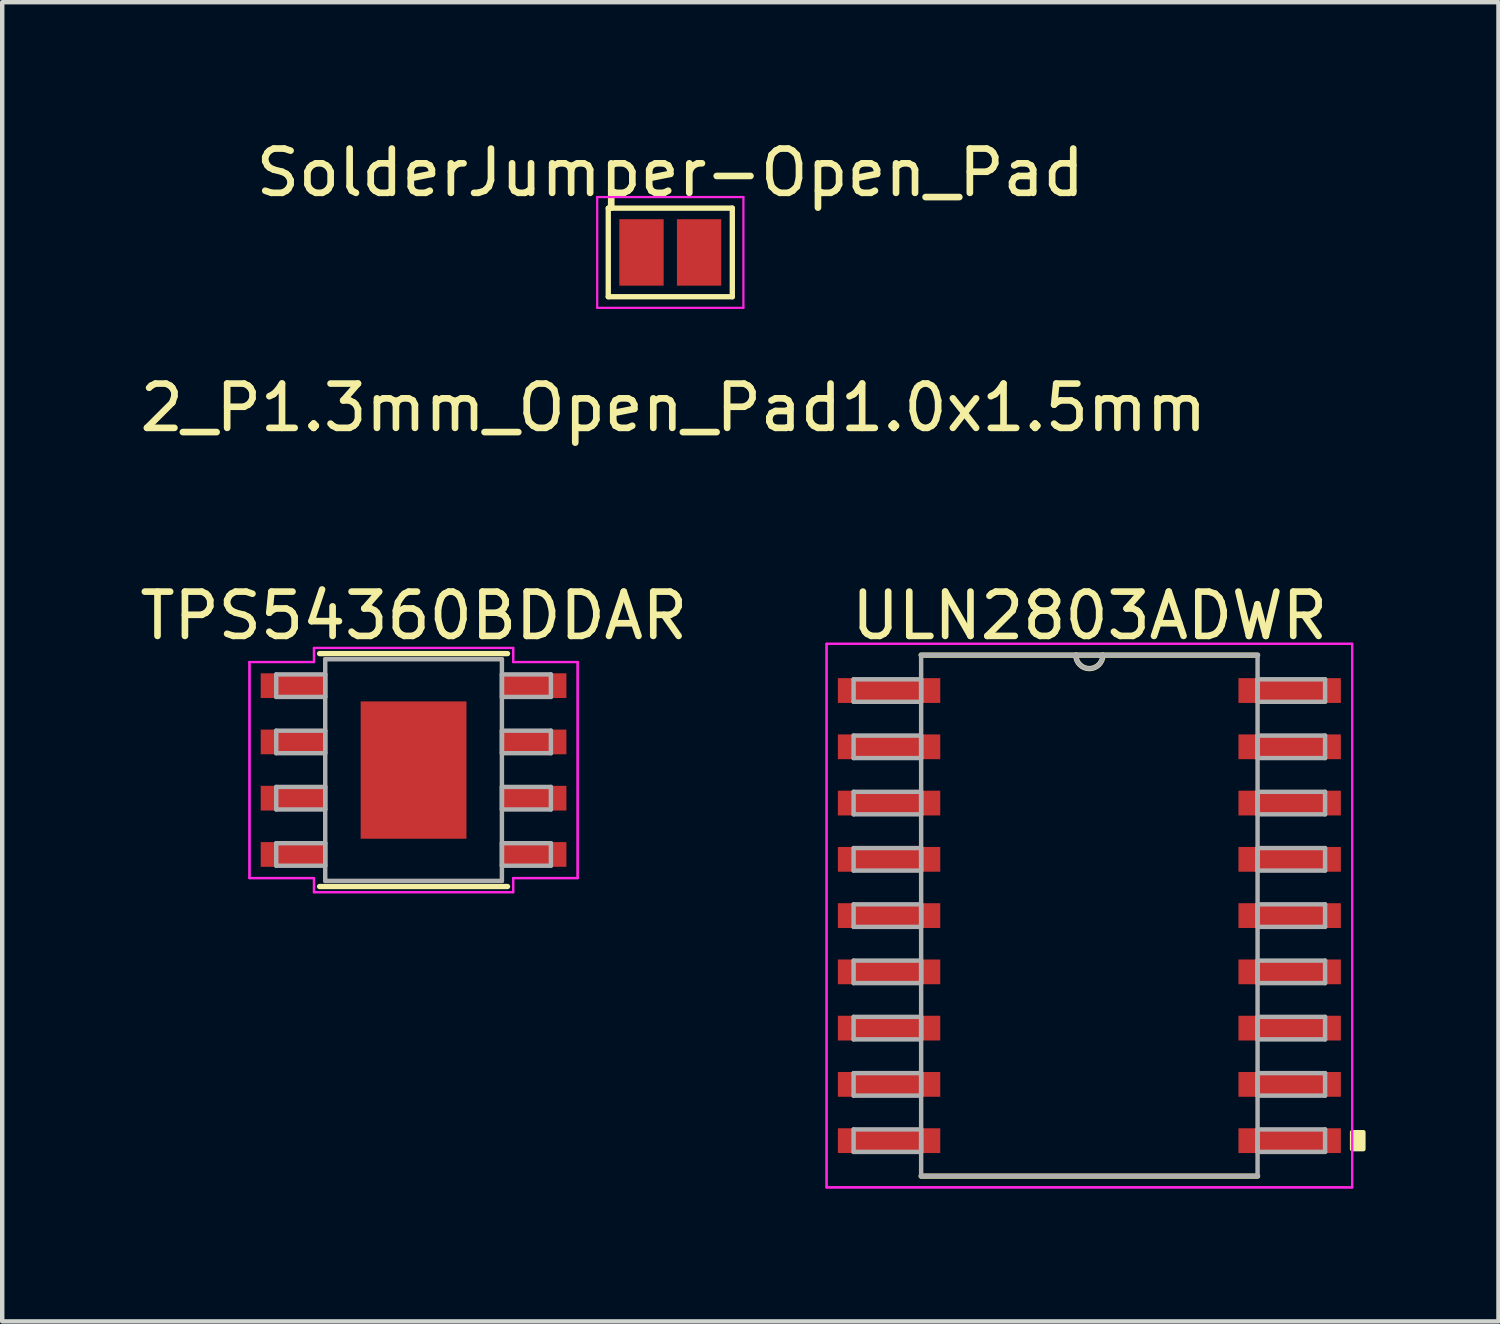
<source format=kicad_pcb>
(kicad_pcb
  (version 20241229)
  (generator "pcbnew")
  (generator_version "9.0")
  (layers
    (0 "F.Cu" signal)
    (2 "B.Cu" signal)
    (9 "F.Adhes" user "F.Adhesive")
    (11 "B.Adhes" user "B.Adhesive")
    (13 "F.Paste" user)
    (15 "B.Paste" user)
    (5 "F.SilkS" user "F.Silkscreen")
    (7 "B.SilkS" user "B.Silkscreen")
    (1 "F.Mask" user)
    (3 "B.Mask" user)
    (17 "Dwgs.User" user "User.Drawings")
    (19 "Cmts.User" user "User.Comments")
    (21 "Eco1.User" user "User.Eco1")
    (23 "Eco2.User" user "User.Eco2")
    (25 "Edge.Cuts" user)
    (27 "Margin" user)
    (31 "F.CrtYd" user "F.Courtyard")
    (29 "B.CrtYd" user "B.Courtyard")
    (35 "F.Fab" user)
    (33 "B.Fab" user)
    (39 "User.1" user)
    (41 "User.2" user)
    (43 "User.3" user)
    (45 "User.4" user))
  (footprint "SolderJumper-Open_Pad"
    (layer "F.Cu")
    (at 12.08 2.648)
    (property "Reference" "SolderJumper-Open_Pad" (at 0 -1.8 0) (layer "F.SilkS") (effects (font (size 1 1) (thickness 0.15))))
    (attr exclude_from_pos_files exclude_from_bom)
    (fp_line (start -1.4 -1) (end 1.4 -1) (stroke (width 0.12) (type solid)) (layer "F.SilkS"))
    (fp_line (start -1.4 1) (end -1.4 -1) (stroke (width 0.12) (type solid)) (layer "F.SilkS"))
    (fp_line (start 1.4 -1) (end 1.4 1) (stroke (width 0.12) (type solid)) (layer "F.SilkS"))
    (fp_line (start 1.4 1) (end -1.4 1) (stroke (width 0.12) (type solid)) (layer "F.SilkS"))
    (fp_line (start -1.65 -1.25) (end -1.65 1.25) (stroke (width 0.05) (type solid)) (layer "F.CrtYd"))
    (fp_line (start -1.65 -1.25) (end 1.65 -1.25) (stroke (width 0.05) (type solid)) (layer "F.CrtYd"))
    (fp_line (start 1.65 1.25) (end -1.65 1.25) (stroke (width 0.05) (type solid)) (layer "F.CrtYd"))
    (fp_line (start 1.65 1.25) (end 1.65 -1.25) (stroke (width 0.05) (type solid)) (layer "F.CrtYd"))
    (fp_text user "2_P1.3mm_Open_Pad1.0x1.5mm" (at 0.069 3.505 0) (layer "F.SilkS") (effects (font (size 1 1) (thickness 0.15))))
    (pad "1" smd rect (at -0.65 0) (size 1 1.5) (layers "F.Cu" "F.Mask"))
    (pad "2" smd rect (at 0.65 0) (size 1 1.5) (layers "F.Cu" "F.Mask")))
  (footprint "TPS54360BDDAR"
    (layer "F.Cu")
    (at 6.285 14.332)
    (property "Reference" "TPS54360BDDAR" (at 0.006 -3.483 0) (layer "F.SilkS") (effects (font (size 1 1) (thickness 0.15))))
    (attr through_hole)
    (fp_line (start -2.121 2.629) (end 2.121 2.629) (stroke (width 0.12) (type solid)) (layer "F.SilkS"))
    (fp_line (start 2.121 -2.629) (end -2.121 -2.629) (stroke (width 0.12) (type solid)) (layer "F.SilkS"))
    (fp_poly (pts (xy -1.094 -1.449) (xy -1.094 -0.1) (xy 1.094 -0.1) (xy 1.094 -1.449)) (stroke (width 0.1) (type solid)) (fill yes) (layer "F.Paste"))
    (fp_poly (pts (xy -1.094 0.1) (xy -1.094 1.449) (xy 1.094 1.449) (xy 1.094 0.1)) (stroke (width 0.1) (type solid)) (fill yes) (layer "F.Paste"))
    (fp_line (start -3.704 -2.438) (end -2.248 -2.438) (stroke (width 0.05) (type solid)) (layer "F.CrtYd"))
    (fp_line (start -3.704 -2.438) (end -2.248 -2.438) (stroke (width 0.05) (type solid)) (layer "F.CrtYd"))
    (fp_line (start -3.704 2.438) (end -3.704 -2.438) (stroke (width 0.05) (type solid)) (layer "F.CrtYd"))
    (fp_line (start -3.704 2.438) (end -3.704 -2.438) (stroke (width 0.05) (type solid)) (layer "F.CrtYd"))
    (fp_line (start -3.704 2.438) (end -2.248 2.438) (stroke (width 0.05) (type solid)) (layer "F.CrtYd"))
    (fp_line (start -2.248 -2.756) (end 2.248 -2.756) (stroke (width 0.05) (type solid)) (layer "F.CrtYd"))
    (fp_line (start -2.248 -2.756) (end 2.248 -2.756) (stroke (width 0.05) (type solid)) (layer "F.CrtYd"))
    (fp_line (start -2.248 -2.438) (end -2.248 -2.756) (stroke (width 0.05) (type solid)) (layer "F.CrtYd"))
    (fp_line (start -2.248 -2.438) (end -2.248 -2.756) (stroke (width 0.05) (type solid)) (layer "F.CrtYd"))
    (fp_line (start -2.248 2.438) (end -3.704 2.438) (stroke (width 0.05) (type solid)) (layer "F.CrtYd"))
    (fp_line (start -2.248 2.756) (end -2.248 2.438) (stroke (width 0.05) (type solid)) (layer "F.CrtYd"))
    (fp_line (start -2.248 2.756) (end -2.248 2.438) (stroke (width 0.05) (type solid)) (layer "F.CrtYd"))
    (fp_line (start 2.248 -2.756) (end 2.248 -2.438) (stroke (width 0.05) (type solid)) (layer "F.CrtYd"))
    (fp_line (start 2.248 -2.756) (end 2.248 -2.438) (stroke (width 0.05) (type solid)) (layer "F.CrtYd"))
    (fp_line (start 2.248 -2.438) (end 3.704 -2.438) (stroke (width 0.05) (type solid)) (layer "F.CrtYd"))
    (fp_line (start 2.248 2.438) (end 2.248 2.756) (stroke (width 0.05) (type solid)) (layer "F.CrtYd"))
    (fp_line (start 2.248 2.438) (end 2.248 2.756) (stroke (width 0.05) (type solid)) (layer "F.CrtYd"))
    (fp_line (start 2.248 2.756) (end -2.248 2.756) (stroke (width 0.05) (type solid)) (layer "F.CrtYd"))
    (fp_line (start 2.248 2.756) (end -2.248 2.756) (stroke (width 0.05) (type solid)) (layer "F.CrtYd"))
    (fp_line (start 3.704 -2.438) (end 2.248 -2.438) (stroke (width 0.05) (type solid)) (layer "F.CrtYd"))
    (fp_line (start 3.704 -2.438) (end 3.704 2.438) (stroke (width 0.05) (type solid)) (layer "F.CrtYd"))
    (fp_line (start 3.704 -2.438) (end 3.704 2.438) (stroke (width 0.05) (type solid)) (layer "F.CrtYd"))
    (fp_line (start 3.704 2.438) (end 2.248 2.438) (stroke (width 0.05) (type solid)) (layer "F.CrtYd"))
    (fp_line (start 3.704 2.438) (end 2.248 2.438) (stroke (width 0.05) (type solid)) (layer "F.CrtYd"))
    (fp_line (start -3.1 -2.159) (end -3.1 -1.651) (stroke (width 0.1) (type solid)) (layer "F.Fab"))
    (fp_line (start -3.1 -1.651) (end -1.994 -1.651) (stroke (width 0.1) (type solid)) (layer "F.Fab"))
    (fp_line (start -3.1 -0.889) (end -3.1 -0.381) (stroke (width 0.1) (type solid)) (layer "F.Fab"))
    (fp_line (start -3.1 -0.381) (end -1.994 -0.381) (stroke (width 0.1) (type solid)) (layer "F.Fab"))
    (fp_line (start -3.1 0.381) (end -3.1 0.889) (stroke (width 0.1) (type solid)) (layer "F.Fab"))
    (fp_line (start -3.1 0.889) (end -1.994 0.889) (stroke (width 0.1) (type solid)) (layer "F.Fab"))
    (fp_line (start -3.1 1.651) (end -3.1 2.159) (stroke (width 0.1) (type solid)) (layer "F.Fab"))
    (fp_line (start -3.1 2.159) (end -1.994 2.159) (stroke (width 0.1) (type solid)) (layer "F.Fab"))
    (fp_line (start -1.994 -2.502) (end -1.994 2.502) (stroke (width 0.1) (type solid)) (layer "F.Fab"))
    (fp_line (start -1.994 -2.159) (end -3.1 -2.159) (stroke (width 0.1) (type solid)) (layer "F.Fab"))
    (fp_line (start -1.994 -1.651) (end -1.994 -2.159) (stroke (width 0.1) (type solid)) (layer "F.Fab"))
    (fp_line (start -1.994 -0.889) (end -3.1 -0.889) (stroke (width 0.1) (type solid)) (layer "F.Fab"))
    (fp_line (start -1.994 -0.381) (end -1.994 -0.889) (stroke (width 0.1) (type solid)) (layer "F.Fab"))
    (fp_line (start -1.994 0.381) (end -3.1 0.381) (stroke (width 0.1) (type solid)) (layer "F.Fab"))
    (fp_line (start -1.994 0.889) (end -1.994 0.381) (stroke (width 0.1) (type solid)) (layer "F.Fab"))
    (fp_line (start -1.994 1.651) (end -3.1 1.651) (stroke (width 0.1) (type solid)) (layer "F.Fab"))
    (fp_line (start -1.994 2.159) (end -1.994 1.651) (stroke (width 0.1) (type solid)) (layer "F.Fab"))
    (fp_line (start -1.994 2.502) (end 1.994 2.502) (stroke (width 0.1) (type solid)) (layer "F.Fab"))
    (fp_line (start 1.994 -2.502) (end -1.994 -2.502) (stroke (width 0.1) (type solid)) (layer "F.Fab"))
    (fp_line (start 1.994 -2.159) (end 1.994 -1.651) (stroke (width 0.1) (type solid)) (layer "F.Fab"))
    (fp_line (start 1.994 -1.651) (end 3.1 -1.651) (stroke (width 0.1) (type solid)) (layer "F.Fab"))
    (fp_line (start 1.994 -0.889) (end 1.994 -0.381) (stroke (width 0.1) (type solid)) (layer "F.Fab"))
    (fp_line (start 1.994 -0.381) (end 3.1 -0.381) (stroke (width 0.1) (type solid)) (layer "F.Fab"))
    (fp_line (start 1.994 0.381) (end 1.994 0.889) (stroke (width 0.1) (type solid)) (layer "F.Fab"))
    (fp_line (start 1.994 0.889) (end 3.1 0.889) (stroke (width 0.1) (type solid)) (layer "F.Fab"))
    (fp_line (start 1.994 1.651) (end 1.994 2.159) (stroke (width 0.1) (type solid)) (layer "F.Fab"))
    (fp_line (start 1.994 2.159) (end 3.1 2.159) (stroke (width 0.1) (type solid)) (layer "F.Fab"))
    (fp_line (start 1.994 2.502) (end 1.994 -2.502) (stroke (width 0.1) (type solid)) (layer "F.Fab"))
    (fp_line (start 3.1 -2.159) (end 1.994 -2.159) (stroke (width 0.1) (type solid)) (layer "F.Fab"))
    (fp_line (start 3.1 -1.651) (end 3.1 -2.159) (stroke (width 0.1) (type solid)) (layer "F.Fab"))
    (fp_line (start 3.1 -0.889) (end 1.994 -0.889) (stroke (width 0.1) (type solid)) (layer "F.Fab"))
    (fp_line (start 3.1 -0.381) (end 3.1 -0.889) (stroke (width 0.1) (type solid)) (layer "F.Fab"))
    (fp_line (start 3.1 0.381) (end 1.994 0.381) (stroke (width 0.1) (type solid)) (layer "F.Fab"))
    (fp_line (start 3.1 0.889) (end 3.1 0.381) (stroke (width 0.1) (type solid)) (layer "F.Fab"))
    (fp_line (start 3.1 1.651) (end 1.994 1.651) (stroke (width 0.1) (type solid)) (layer "F.Fab"))
    (fp_line (start 3.1 2.159) (end 3.1 1.651) (stroke (width 0.1) (type solid)) (layer "F.Fab"))
    (pad "1" smd rect (at -2.722 -1.905) (size 1.456 0.558) (layers "F.Cu" "F.Mask" "F.Paste"))
    (pad "2" smd rect (at -2.722 -0.635) (size 1.456 0.558) (layers "F.Cu" "F.Mask" "F.Paste"))
    (pad "3" smd rect (at -2.722 0.635) (size 1.456 0.558) (layers "F.Cu" "F.Mask" "F.Paste"))
    (pad "4" smd rect (at -2.722 1.905) (size 1.456 0.558) (layers "F.Cu" "F.Mask" "F.Paste"))
    (pad "5" smd rect (at 2.722 1.905) (size 1.456 0.558) (layers "F.Cu" "F.Mask" "F.Paste"))
    (pad "6" smd rect (at 2.722 0.635) (size 1.456 0.558) (layers "F.Cu" "F.Mask" "F.Paste"))
    (pad "7" smd rect (at 2.722 -0.635) (size 1.456 0.558) (layers "F.Cu" "F.Mask" "F.Paste"))
    (pad "8" smd rect (at 2.722 -1.905) (size 1.456 0.558) (layers "F.Cu" "F.Mask" "F.Paste"))
    (pad "EPAD" smd rect (at 0 0) (size 2.388 3.099) (layers "F.Cu" "F.Mask")))
  (footprint "ULN2803ADWR"
    (layer "F.Cu")
    (at 21.539 17.617)
    (property "Reference" "ULN2803ADWR" (at 0.007 -6.768 0) (layer "F.SilkS") (effects (font (size 1 1) (thickness 0.15))))
    (attr through_hole)
    (fp_line (start -3.797 5.88) (end 3.797 5.88) (stroke (width 0.12) (type solid)) (layer "F.SilkS"))
    (fp_line (start 3.797 -5.88) (end -3.797 -5.88) (stroke (width 0.12) (type solid)) (layer "F.SilkS"))
    (fp_arc (start 0.3048 -5.8801) (mid 0 -5.5753) (end -0.3048 -5.8801) (stroke (width 0.12) (type solid)) (layer "F.SilkS"))
    (fp_poly (pts (xy 6.185 4.889) (xy 6.185 5.271) (xy 5.931 5.271) (xy 5.931 4.889)) (stroke (width 0.1) (type solid)) (fill yes) (layer "F.SilkS"))
    (fp_line (start -5.931 -6.134) (end 5.931 -6.134) (stroke (width 0.05) (type solid)) (layer "F.CrtYd"))
    (fp_line (start -5.931 -6.134) (end 5.931 -6.134) (stroke (width 0.05) (type solid)) (layer "F.CrtYd"))
    (fp_line (start -5.931 6.134) (end -5.931 -6.134) (stroke (width 0.05) (type solid)) (layer "F.CrtYd"))
    (fp_line (start -5.931 6.134) (end -5.931 -6.134) (stroke (width 0.05) (type solid)) (layer "F.CrtYd"))
    (fp_line (start 5.931 -6.134) (end 5.931 6.134) (stroke (width 0.05) (type solid)) (layer "F.CrtYd"))
    (fp_line (start 5.931 -6.134) (end 5.931 6.134) (stroke (width 0.05) (type solid)) (layer "F.CrtYd"))
    (fp_line (start 5.931 6.134) (end -5.931 6.134) (stroke (width 0.05) (type solid)) (layer "F.CrtYd"))
    (fp_line (start 5.931 6.134) (end -5.931 6.134) (stroke (width 0.05) (type solid)) (layer "F.CrtYd"))
    (fp_line (start -5.321 -5.334) (end -5.321 -4.826) (stroke (width 0.1) (type solid)) (layer "F.Fab"))
    (fp_line (start -5.321 -4.826) (end -3.797 -4.826) (stroke (width 0.1) (type solid)) (layer "F.Fab"))
    (fp_line (start -5.321 -4.064) (end -5.321 -3.556) (stroke (width 0.1) (type solid)) (layer "F.Fab"))
    (fp_line (start -5.321 -3.556) (end -3.797 -3.556) (stroke (width 0.1) (type solid)) (layer "F.Fab"))
    (fp_line (start -5.321 -2.794) (end -5.321 -2.286) (stroke (width 0.1) (type solid)) (layer "F.Fab"))
    (fp_line (start -5.321 -2.286) (end -3.797 -2.286) (stroke (width 0.1) (type solid)) (layer "F.Fab"))
    (fp_line (start -5.321 -1.524) (end -5.321 -1.016) (stroke (width 0.1) (type solid)) (layer "F.Fab"))
    (fp_line (start -5.321 -1.016) (end -3.797 -1.016) (stroke (width 0.1) (type solid)) (layer "F.Fab"))
    (fp_line (start -5.321 -0.254) (end -5.321 0.254) (stroke (width 0.1) (type solid)) (layer "F.Fab"))
    (fp_line (start -5.321 0.254) (end -3.797 0.254) (stroke (width 0.1) (type solid)) (layer "F.Fab"))
    (fp_line (start -5.321 1.016) (end -5.321 1.524) (stroke (width 0.1) (type solid)) (layer "F.Fab"))
    (fp_line (start -5.321 1.524) (end -3.797 1.524) (stroke (width 0.1) (type solid)) (layer "F.Fab"))
    (fp_line (start -5.321 2.286) (end -5.321 2.794) (stroke (width 0.1) (type solid)) (layer "F.Fab"))
    (fp_line (start -5.321 2.794) (end -3.797 2.794) (stroke (width 0.1) (type solid)) (layer "F.Fab"))
    (fp_line (start -5.321 3.556) (end -5.321 4.064) (stroke (width 0.1) (type solid)) (layer "F.Fab"))
    (fp_line (start -5.321 4.064) (end -3.797 4.064) (stroke (width 0.1) (type solid)) (layer "F.Fab"))
    (fp_line (start -5.321 4.826) (end -5.321 5.334) (stroke (width 0.1) (type solid)) (layer "F.Fab"))
    (fp_line (start -5.321 5.334) (end -3.797 5.334) (stroke (width 0.1) (type solid)) (layer "F.Fab"))
    (fp_line (start -3.797 -5.88) (end -3.797 5.88) (stroke (width 0.1) (type solid)) (layer "F.Fab"))
    (fp_line (start -3.797 -5.334) (end -5.321 -5.334) (stroke (width 0.1) (type solid)) (layer "F.Fab"))
    (fp_line (start -3.797 -4.826) (end -3.797 -5.334) (stroke (width 0.1) (type solid)) (layer "F.Fab"))
    (fp_line (start -3.797 -4.064) (end -5.321 -4.064) (stroke (width 0.1) (type solid)) (layer "F.Fab"))
    (fp_line (start -3.797 -3.556) (end -3.797 -4.064) (stroke (width 0.1) (type solid)) (layer "F.Fab"))
    (fp_line (start -3.797 -2.794) (end -5.321 -2.794) (stroke (width 0.1) (type solid)) (layer "F.Fab"))
    (fp_line (start -3.797 -2.286) (end -3.797 -2.794) (stroke (width 0.1) (type solid)) (layer "F.Fab"))
    (fp_line (start -3.797 -1.524) (end -5.321 -1.524) (stroke (width 0.1) (type solid)) (layer "F.Fab"))
    (fp_line (start -3.797 -1.016) (end -3.797 -1.524) (stroke (width 0.1) (type solid)) (layer "F.Fab"))
    (fp_line (start -3.797 -0.254) (end -5.321 -0.254) (stroke (width 0.1) (type solid)) (layer "F.Fab"))
    (fp_line (start -3.797 0.254) (end -3.797 -0.254) (stroke (width 0.1) (type solid)) (layer "F.Fab"))
    (fp_line (start -3.797 1.016) (end -5.321 1.016) (stroke (width 0.1) (type solid)) (layer "F.Fab"))
    (fp_line (start -3.797 1.524) (end -3.797 1.016) (stroke (width 0.1) (type solid)) (layer "F.Fab"))
    (fp_line (start -3.797 2.286) (end -5.321 2.286) (stroke (width 0.1) (type solid)) (layer "F.Fab"))
    (fp_line (start -3.797 2.794) (end -3.797 2.286) (stroke (width 0.1) (type solid)) (layer "F.Fab"))
    (fp_line (start -3.797 3.556) (end -5.321 3.556) (stroke (width 0.1) (type solid)) (layer "F.Fab"))
    (fp_line (start -3.797 4.064) (end -3.797 3.556) (stroke (width 0.1) (type solid)) (layer "F.Fab"))
    (fp_line (start -3.797 4.826) (end -5.321 4.826) (stroke (width 0.1) (type solid)) (layer "F.Fab"))
    (fp_line (start -3.797 5.334) (end -3.797 4.826) (stroke (width 0.1) (type solid)) (layer "F.Fab"))
    (fp_line (start -3.797 5.88) (end 3.797 5.88) (stroke (width 0.1) (type solid)) (layer "F.Fab"))
    (fp_line (start 3.797 -5.88) (end -3.797 -5.88) (stroke (width 0.1) (type solid)) (layer "F.Fab"))
    (fp_line (start 3.797 -5.334) (end 3.797 -4.826) (stroke (width 0.1) (type solid)) (layer "F.Fab"))
    (fp_line (start 3.797 -4.826) (end 5.321 -4.826) (stroke (width 0.1) (type solid)) (layer "F.Fab"))
    (fp_line (start 3.797 -4.064) (end 3.797 -3.556) (stroke (width 0.1) (type solid)) (layer "F.Fab"))
    (fp_line (start 3.797 -3.556) (end 5.321 -3.556) (stroke (width 0.1) (type solid)) (layer "F.Fab"))
    (fp_line (start 3.797 -2.794) (end 3.797 -2.286) (stroke (width 0.1) (type solid)) (layer "F.Fab"))
    (fp_line (start 3.797 -2.286) (end 5.321 -2.286) (stroke (width 0.1) (type solid)) (layer "F.Fab"))
    (fp_line (start 3.797 -1.524) (end 3.797 -1.016) (stroke (width 0.1) (type solid)) (layer "F.Fab"))
    (fp_line (start 3.797 -1.016) (end 5.321 -1.016) (stroke (width 0.1) (type solid)) (layer "F.Fab"))
    (fp_line (start 3.797 -0.254) (end 3.797 0.254) (stroke (width 0.1) (type solid)) (layer "F.Fab"))
    (fp_line (start 3.797 0.254) (end 5.321 0.254) (stroke (width 0.1) (type solid)) (layer "F.Fab"))
    (fp_line (start 3.797 1.016) (end 3.797 1.524) (stroke (width 0.1) (type solid)) (layer "F.Fab"))
    (fp_line (start 3.797 1.524) (end 5.321 1.524) (stroke (width 0.1) (type solid)) (layer "F.Fab"))
    (fp_line (start 3.797 2.286) (end 3.797 2.794) (stroke (width 0.1) (type solid)) (layer "F.Fab"))
    (fp_line (start 3.797 2.794) (end 5.321 2.794) (stroke (width 0.1) (type solid)) (layer "F.Fab"))
    (fp_line (start 3.797 3.556) (end 3.797 4.064) (stroke (width 0.1) (type solid)) (layer "F.Fab"))
    (fp_line (start 3.797 4.064) (end 5.321 4.064) (stroke (width 0.1) (type solid)) (layer "F.Fab"))
    (fp_line (start 3.797 4.826) (end 3.797 5.334) (stroke (width 0.1) (type solid)) (layer "F.Fab"))
    (fp_line (start 3.797 5.334) (end 5.321 5.334) (stroke (width 0.1) (type solid)) (layer "F.Fab"))
    (fp_line (start 3.797 5.88) (end 3.797 -5.88) (stroke (width 0.1) (type solid)) (layer "F.Fab"))
    (fp_line (start 5.321 -5.334) (end 3.797 -5.334) (stroke (width 0.1) (type solid)) (layer "F.Fab"))
    (fp_line (start 5.321 -4.826) (end 5.321 -5.334) (stroke (width 0.1) (type solid)) (layer "F.Fab"))
    (fp_line (start 5.321 -4.064) (end 3.797 -4.064) (stroke (width 0.1) (type solid)) (layer "F.Fab"))
    (fp_line (start 5.321 -3.556) (end 5.321 -4.064) (stroke (width 0.1) (type solid)) (layer "F.Fab"))
    (fp_line (start 5.321 -2.794) (end 3.797 -2.794) (stroke (width 0.1) (type solid)) (layer "F.Fab"))
    (fp_line (start 5.321 -2.286) (end 5.321 -2.794) (stroke (width 0.1) (type solid)) (layer "F.Fab"))
    (fp_line (start 5.321 -1.524) (end 3.797 -1.524) (stroke (width 0.1) (type solid)) (layer "F.Fab"))
    (fp_line (start 5.321 -1.016) (end 5.321 -1.524) (stroke (width 0.1) (type solid)) (layer "F.Fab"))
    (fp_line (start 5.321 -0.254) (end 3.797 -0.254) (stroke (width 0.1) (type solid)) (layer "F.Fab"))
    (fp_line (start 5.321 0.254) (end 5.321 -0.254) (stroke (width 0.1) (type solid)) (layer "F.Fab"))
    (fp_line (start 5.321 1.016) (end 3.797 1.016) (stroke (width 0.1) (type solid)) (layer "F.Fab"))
    (fp_line (start 5.321 1.524) (end 5.321 1.016) (stroke (width 0.1) (type solid)) (layer "F.Fab"))
    (fp_line (start 5.321 2.286) (end 3.797 2.286) (stroke (width 0.1) (type solid)) (layer "F.Fab"))
    (fp_line (start 5.321 2.794) (end 5.321 2.286) (stroke (width 0.1) (type solid)) (layer "F.Fab"))
    (fp_line (start 5.321 3.556) (end 3.797 3.556) (stroke (width 0.1) (type solid)) (layer "F.Fab"))
    (fp_line (start 5.321 4.064) (end 5.321 3.556) (stroke (width 0.1) (type solid)) (layer "F.Fab"))
    (fp_line (start 5.321 4.826) (end 3.797 4.826) (stroke (width 0.1) (type solid)) (layer "F.Fab"))
    (fp_line (start 5.321 5.334) (end 5.321 4.826) (stroke (width 0.1) (type solid)) (layer "F.Fab"))
    (fp_arc (start 0.3048 -5.8801) (mid 0 -5.5753) (end -0.3048 -5.8801) (stroke (width 0.1) (type solid)) (layer "F.Fab"))
    (pad "1" smd rect (at -4.521 -5.08) (size 2.311 0.559) (layers "F.Cu" "F.Mask" "F.Paste"))
    (pad "2" smd rect (at -4.521 -3.81) (size 2.311 0.559) (layers "F.Cu" "F.Mask" "F.Paste"))
    (pad "3" smd rect (at -4.521 -2.54) (size 2.311 0.559) (layers "F.Cu" "F.Mask" "F.Paste"))
    (pad "4" smd rect (at -4.521 -1.27) (size 2.311 0.559) (layers "F.Cu" "F.Mask" "F.Paste"))
    (pad "5" smd rect (at -4.521 0) (size 2.311 0.559) (layers "F.Cu" "F.Mask" "F.Paste"))
    (pad "6" smd rect (at -4.521 1.27) (size 2.311 0.559) (layers "F.Cu" "F.Mask" "F.Paste"))
    (pad "7" smd rect (at -4.521 2.54) (size 2.311 0.559) (layers "F.Cu" "F.Mask" "F.Paste"))
    (pad "8" smd rect (at -4.521 3.81) (size 2.311 0.559) (layers "F.Cu" "F.Mask" "F.Paste"))
    (pad "9" smd rect (at -4.521 5.08) (size 2.311 0.559) (layers "F.Cu" "F.Mask" "F.Paste"))
    (pad "10" smd rect (at 4.521 5.08) (size 2.311 0.559) (layers "F.Cu" "F.Mask" "F.Paste"))
    (pad "11" smd rect (at 4.521 3.81) (size 2.311 0.559) (layers "F.Cu" "F.Mask" "F.Paste"))
    (pad "12" smd rect (at 4.521 2.54) (size 2.311 0.559) (layers "F.Cu" "F.Mask" "F.Paste"))
    (pad "13" smd rect (at 4.521 1.27) (size 2.311 0.559) (layers "F.Cu" "F.Mask" "F.Paste"))
    (pad "14" smd rect (at 4.521 0) (size 2.311 0.559) (layers "F.Cu" "F.Mask" "F.Paste"))
    (pad "15" smd rect (at 4.521 -1.27) (size 2.311 0.559) (layers "F.Cu" "F.Mask" "F.Paste"))
    (pad "16" smd rect (at 4.521 -2.54) (size 2.311 0.559) (layers "F.Cu" "F.Mask" "F.Paste"))
    (pad "17" smd rect (at 4.521 -3.81) (size 2.311 0.559) (layers "F.Cu" "F.Mask" "F.Paste"))
    (pad "18" smd rect (at 4.521 -5.08) (size 2.311 0.559) (layers "F.Cu" "F.Mask" "F.Paste")))
  (gr_rect
    (start -3 -3)
    (end 30.774 26.777)
    (stroke (width 0.1) (type default))
    (fill no)
    (layer "Edge.Cuts")))
</source>
